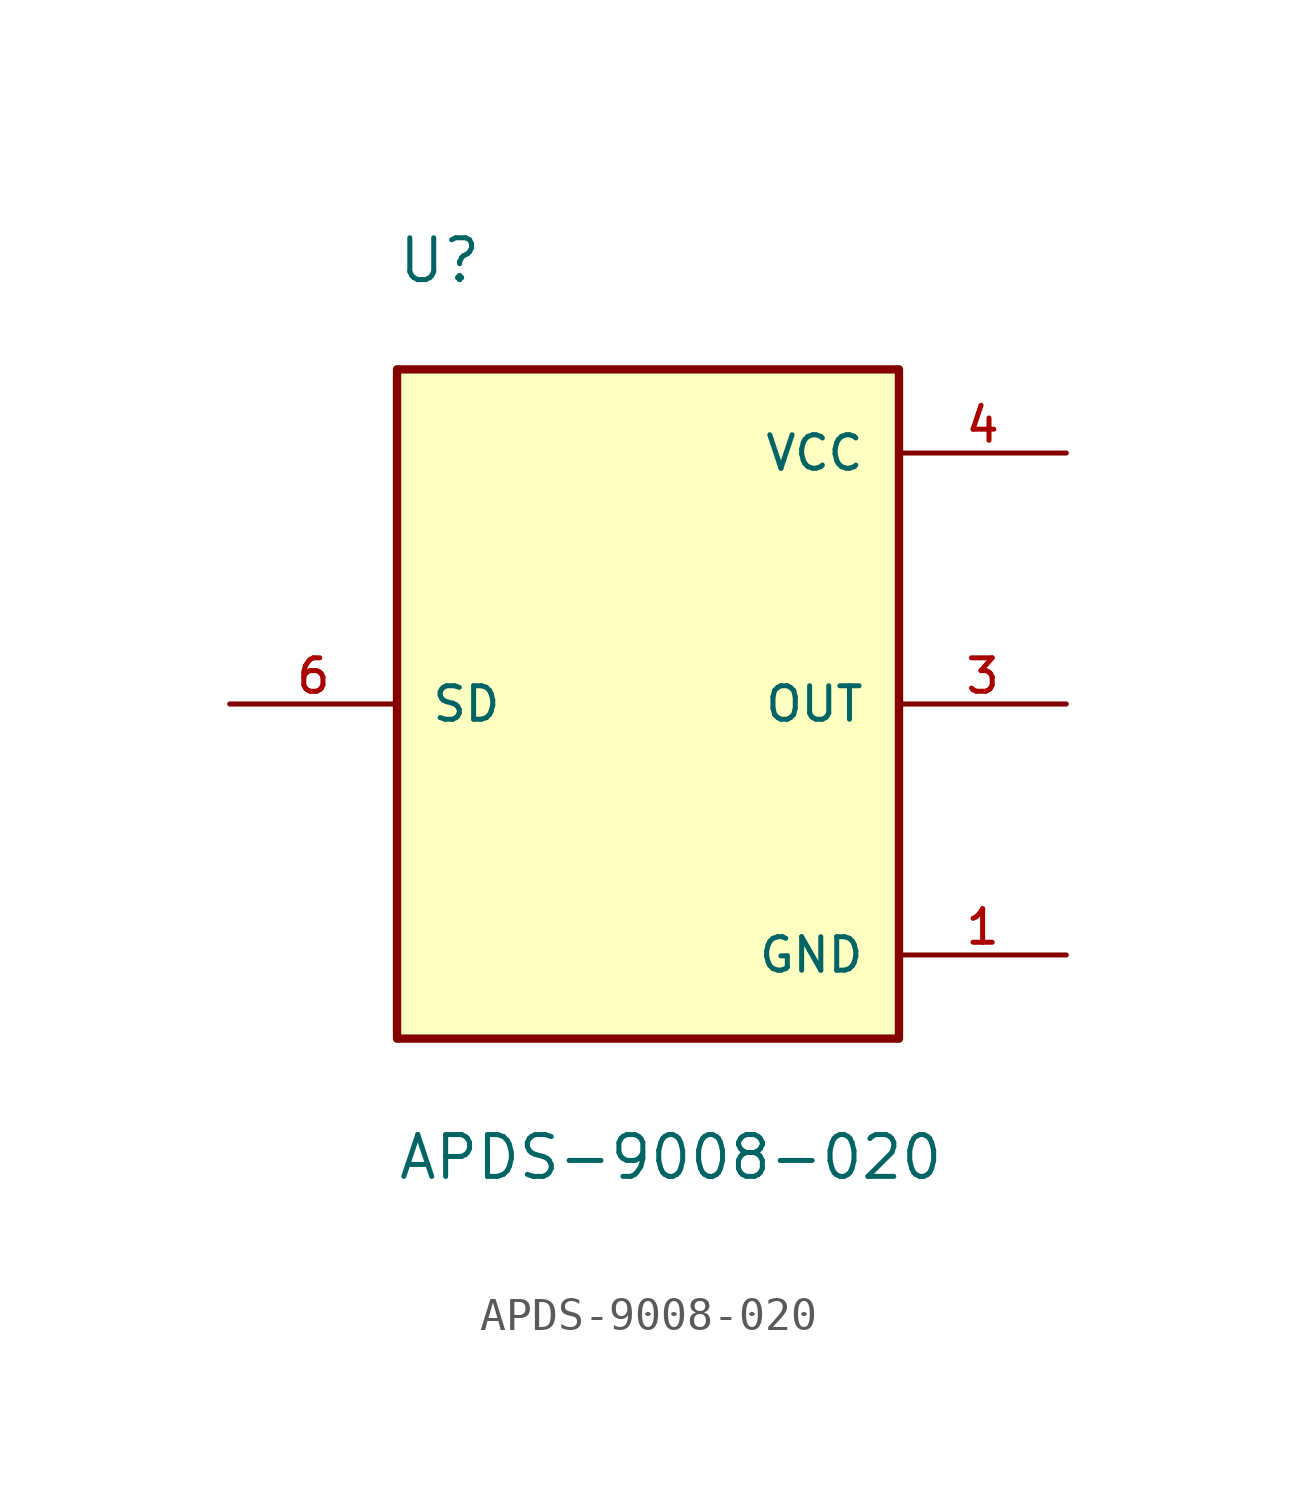
<source format=kicad_sym>
(kicad_symbol_lib
  (version 20211014)
  (generator kicad_symbol_editor)
  (symbol "APDS-9008-020"
    (pin_names
      (offset 1.016))
    (property "Reference" "U"
      (at -7.634 12.723 0)
      (effects (font (size 1.27 1.27)) (justify bottom left)))
    (property "Value" "APDS-9008-020"
      (at -7.635 -14.506 0)
      (effects (font (size 1.27 1.27)) (justify bottom left)))
    (symbol "APDS-9008-020_0_0"
      (rectangle (start -7.62 -10.16) (end 7.62 10.16) (stroke (width 0.254)) (fill (type background)))
      (pin input line (at -12.7 0.0 0) (length 5.08) (name "SD" (effects (font (size 1.016 1.016)))) (number "6" (effects (font (size 1.016 1.016)))))
      (pin output line (at 12.7 0.0 180.0) (length 5.08) (name "OUT" (effects (font (size 1.016 1.016)))) (number "3" (effects (font (size 1.016 1.016)))))
      (pin power_in line (at 12.7 7.62 180.0) (length 5.08) (name "VCC" (effects (font (size 1.016 1.016)))) (number "4" (effects (font (size 1.016 1.016)))))
      (pin passive line (at 12.7 -7.62 180.0) (length 5.08) (name "GND" (effects (font (size 1.016 1.016)))) (number "1" (effects (font (size 1.016 1.016))))))))
</source>
